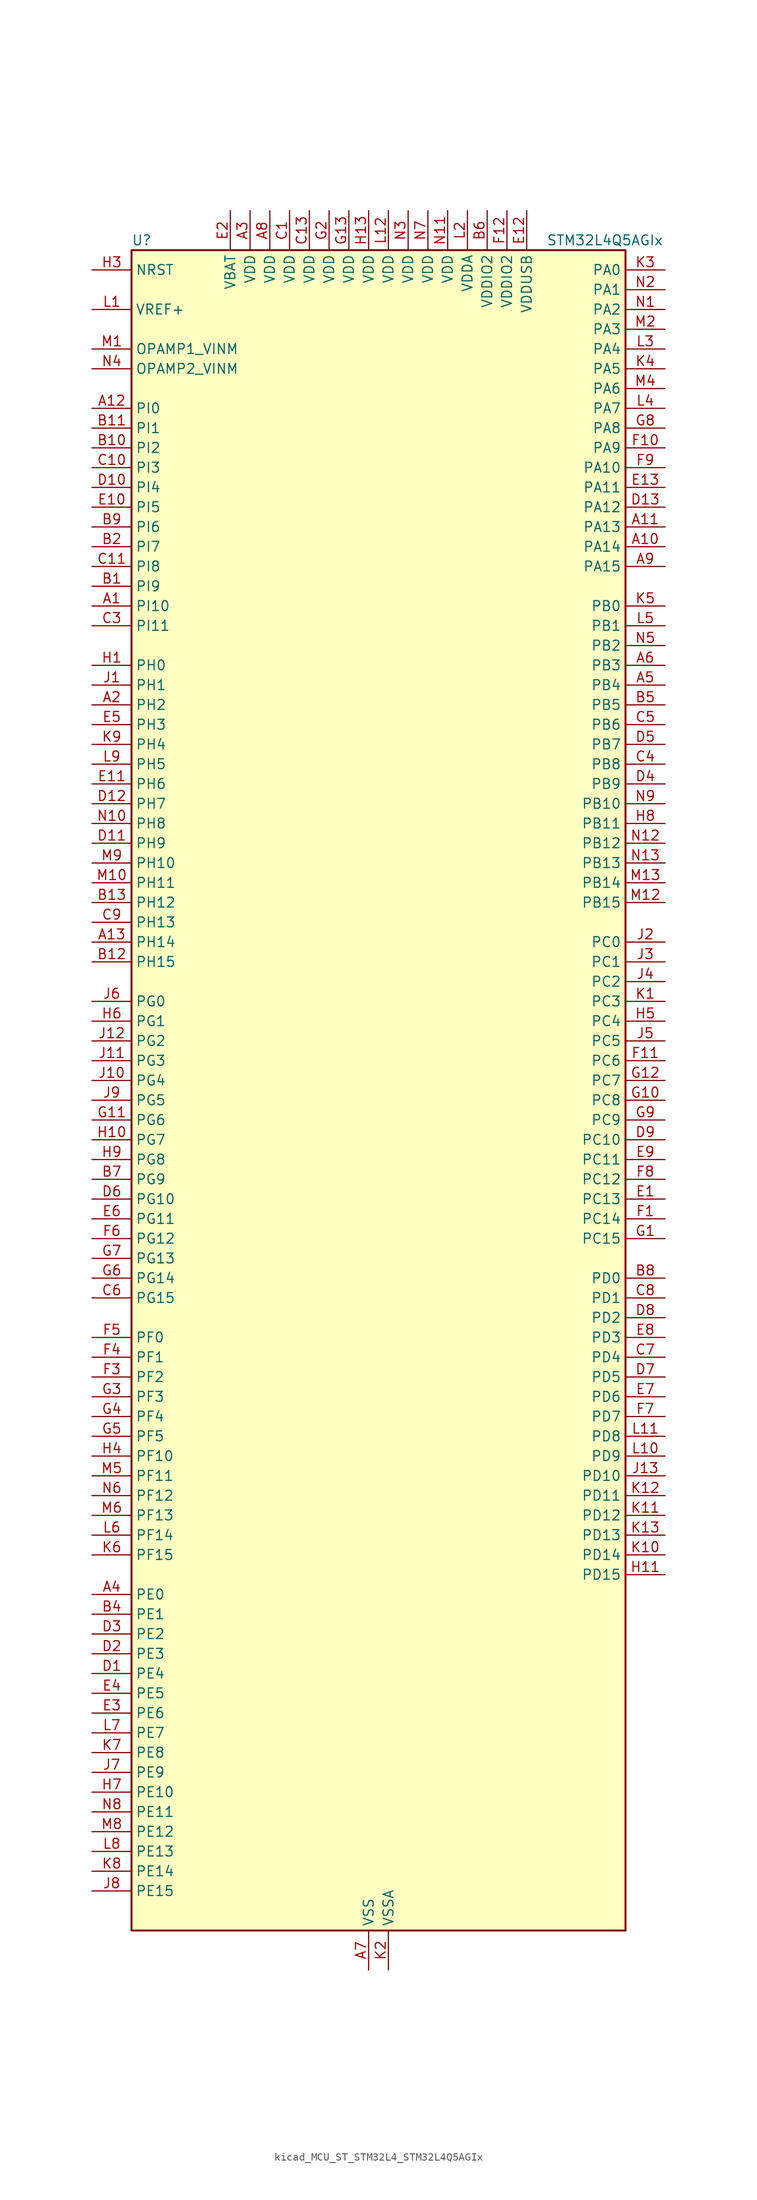
<source format=kicad_sym>
(kicad_symbol_lib
  (version 20220914)
  (generator kicad_symbol_editor)
  (symbol "kicad_MCU_ST_STM32L4_STM32L4Q5AGIx"
    (property "Reference" "U"
      (at -30.48 110.49 0)
      (effects (font (size 1.27 1.27)) (justify left)))
    (property "Value" "STM32L4Q5AGIx"
      (at 22.86 110.49 0)
      (effects (font (size 1.27 1.27)) (justify left)))
    (property "ki_locked" ""
      (at 0 0 0)
      (effects (font (size 1.27 1.27))))
    (symbol "kicad_MCU_ST_STM32L4_STM32L4Q5AGIx_0_1"
      (rectangle (start -30.48 -106.68) (end 33.02 109.22) (stroke (width 0.254) (type default)) (fill (type background))))
    (symbol "kicad_MCU_ST_STM32L4_STM32L4Q5AGIx_1_1"
      (pin bidirectional line (at -35.56 63.5 0) (length 5.08) (name "PI10" (effects (font (size 1.27 1.27)))) (number "A1" (effects (font (size 1.27 1.27)))) (alternate "OCTOSPIM_P2_IO1" bidirectional line) (alternate "PSSI_D14" bidirectional line))
      (pin bidirectional line (at 38.1 71.12 180) (length 5.08) (name "PA14" (effects (font (size 1.27 1.27)))) (number "A10" (effects (font (size 1.27 1.27)))) (alternate "I2C1_SMBA" bidirectional line) (alternate "I2C4_SMBA" bidirectional line) (alternate "LPTIM1_OUT" bidirectional line) (alternate "SAI1_FS_B" bidirectional line) (alternate "SYS_JTCK-SWCLK" bidirectional line) (alternate "USB_OTG_FS_SOF" bidirectional line))
      (pin bidirectional line (at 38.1 73.66 180) (length 5.08) (name "PA13" (effects (font (size 1.27 1.27)))) (number "A11" (effects (font (size 1.27 1.27)))) (alternate "IR_OUT" bidirectional line) (alternate "SAI1_SD_B" bidirectional line) (alternate "SYS_JTMS-SWDIO" bidirectional line) (alternate "USB_OTG_FS_NOE" bidirectional line))
      (pin bidirectional line (at -35.56 88.9 0) (length 5.08) (name "PI0" (effects (font (size 1.27 1.27)))) (number "A12" (effects (font (size 1.27 1.27)))) (alternate "DCMI_D13" bidirectional line) (alternate "OCTOSPIM_P1_IO5" bidirectional line) (alternate "PSSI_D13" bidirectional line) (alternate "SPI2_NSS" bidirectional line) (alternate "TIM5_CH4" bidirectional line))
      (pin bidirectional line (at -35.56 20.32 0) (length 5.08) (name "PH14" (effects (font (size 1.27 1.27)))) (number "A13" (effects (font (size 1.27 1.27)))) (alternate "DCMI_D4" bidirectional line) (alternate "PSSI_D4" bidirectional line) (alternate "TIM8_CH2N" bidirectional line))
      (pin bidirectional line (at -35.56 50.8 0) (length 5.08) (name "PH2" (effects (font (size 1.27 1.27)))) (number "A2" (effects (font (size 1.27 1.27)))) (alternate "OCTOSPIM_P1_IO4" bidirectional line))
      (pin power_in line (at -15.24 114.3 270) (length 5.08) (name "VDD" (effects (font (size 1.27 1.27)))) (number "A3" (effects (font (size 1.27 1.27)))))
      (pin bidirectional line (at -35.56 -63.5 0) (length 5.08) (name "PE0" (effects (font (size 1.27 1.27)))) (number "A4" (effects (font (size 1.27 1.27)))) (alternate "DCMI_D2" bidirectional line) (alternate "FMC_NBL0" bidirectional line) (alternate "LTDC_HSYNC" bidirectional line) (alternate "PSSI_D2" bidirectional line) (alternate "TIM16_CH1" bidirectional line) (alternate "TIM4_ETR" bidirectional line))
      (pin bidirectional line (at 38.1 53.34 180) (length 5.08) (name "PB4" (effects (font (size 1.27 1.27)))) (number "A5" (effects (font (size 1.27 1.27)))) (alternate "COMP2_INP" bidirectional line) (alternate "DCMI_D12" bidirectional line) (alternate "I2C3_SDA" bidirectional line) (alternate "OCTOSPIM_P1_IO5" bidirectional line) (alternate "PSSI_D12" bidirectional line) (alternate "SAI1_MCLK_B" bidirectional line) (alternate "SDMMC2_D3" bidirectional line) (alternate "SPI1_MISO" bidirectional line) (alternate "SPI3_MISO" bidirectional line) (alternate "SYS_JTRST" bidirectional line) (alternate "TIM17_BKIN" bidirectional line) (alternate "TIM3_CH1" bidirectional line) (alternate "TSC_G2_IO1" bidirectional line) (alternate "UART5_DE" bidirectional line) (alternate "UART5_RTS" bidirectional line) (alternate "USART1_CTS" bidirectional line) (alternate "USART1_NSS" bidirectional line))
      (pin bidirectional line (at 38.1 55.88 180) (length 5.08) (name "PB3" (effects (font (size 1.27 1.27)))) (number "A6" (effects (font (size 1.27 1.27)))) (alternate "COMP2_INM" bidirectional line) (alternate "CRS_SYNC" bidirectional line) (alternate "OCTOSPIM_P1_IO4" bidirectional line) (alternate "SAI1_SCK_B" bidirectional line) (alternate "SDMMC2_D2" bidirectional line) (alternate "SPI1_SCK" bidirectional line) (alternate "SPI3_SCK" bidirectional line) (alternate "SYS_JTDO-SWO" bidirectional line) (alternate "TIM2_CH2" bidirectional line) (alternate "USART1_DE" bidirectional line) (alternate "USART1_RTS" bidirectional line))
      (pin power_in line (at 0 -111.76 90) (length 5.08) (name "VSS" (effects (font (size 1.27 1.27)))) (number "A7" (effects (font (size 1.27 1.27)))))
      (pin power_in line (at -12.7 114.3 270) (length 5.08) (name "VDD" (effects (font (size 1.27 1.27)))) (number "A8" (effects (font (size 1.27 1.27)))))
      (pin bidirectional line (at 38.1 68.58 180) (length 5.08) (name "PA15" (effects (font (size 1.27 1.27)))) (number "A9" (effects (font (size 1.27 1.27)))) (alternate "ADC1_EXTI15" bidirectional line) (alternate "ADC2_EXTI15" bidirectional line) (alternate "LTDC_HSYNC" bidirectional line) (alternate "SAI2_FS_B" bidirectional line) (alternate "SPI1_NSS" bidirectional line) (alternate "SPI3_NSS" bidirectional line) (alternate "SYS_JTDI" bidirectional line) (alternate "TIM2_CH1" bidirectional line) (alternate "TIM2_ETR" bidirectional line) (alternate "TSC_G3_IO1" bidirectional line) (alternate "UART4_DE" bidirectional line) (alternate "UART4_RTS" bidirectional line) (alternate "USART2_RX" bidirectional line) (alternate "USART3_DE" bidirectional line) (alternate "USART3_RTS" bidirectional line))
      (pin bidirectional line (at -35.56 66.04 0) (length 5.08) (name "PI9" (effects (font (size 1.27 1.27)))) (number "B1" (effects (font (size 1.27 1.27)))) (alternate "CAN1_RX" bidirectional line) (alternate "DAC1_EXTI9" bidirectional line) (alternate "OCTOSPIM_P2_IO2" bidirectional line))
      (pin bidirectional line (at -35.56 83.82 0) (length 5.08) (name "PI2" (effects (font (size 1.27 1.27)))) (number "B10" (effects (font (size 1.27 1.27)))) (alternate "DCMI_D9" bidirectional line) (alternate "PSSI_D9" bidirectional line) (alternate "SPI2_MISO" bidirectional line) (alternate "TIM8_CH4" bidirectional line))
      (pin bidirectional line (at -35.56 86.36 0) (length 5.08) (name "PI1" (effects (font (size 1.27 1.27)))) (number "B11" (effects (font (size 1.27 1.27)))) (alternate "DCMI_D8" bidirectional line) (alternate "PSSI_D8" bidirectional line) (alternate "SPI2_SCK" bidirectional line))
      (pin bidirectional line (at -35.56 17.78 0) (length 5.08) (name "PH15" (effects (font (size 1.27 1.27)))) (number "B12" (effects (font (size 1.27 1.27)))) (alternate "ADC1_EXTI15" bidirectional line) (alternate "ADC2_EXTI15" bidirectional line) (alternate "DCMI_D11" bidirectional line) (alternate "OCTOSPIM_P2_IO6" bidirectional line) (alternate "PSSI_D11" bidirectional line) (alternate "TIM8_CH3N" bidirectional line))
      (pin bidirectional line (at -35.56 25.4 0) (length 5.08) (name "PH12" (effects (font (size 1.27 1.27)))) (number "B13" (effects (font (size 1.27 1.27)))) (alternate "DCMI_D3" bidirectional line) (alternate "OCTOSPIM_P2_IO7" bidirectional line) (alternate "PSSI_D3" bidirectional line) (alternate "TIM5_CH3" bidirectional line))
      (pin bidirectional line (at -35.56 71.12 0) (length 5.08) (name "PI7" (effects (font (size 1.27 1.27)))) (number "B2" (effects (font (size 1.27 1.27)))) (alternate "DCMI_D7" bidirectional line) (alternate "OCTOSPIM_P2_NCLK" bidirectional line) (alternate "PSSI_D7" bidirectional line) (alternate "TIM8_CH3" bidirectional line))
      (pin passive line (at 0 -111.76 90) (length 5.08) hide (name "VSS" (effects (font (size 1.27 1.27)))) (number "B3" (effects (font (size 1.27 1.27)))))
      (pin bidirectional line (at -35.56 -66.04 0) (length 5.08) (name "PE1" (effects (font (size 1.27 1.27)))) (number "B4" (effects (font (size 1.27 1.27)))) (alternate "DCMI_D3" bidirectional line) (alternate "FMC_NBL1" bidirectional line) (alternate "LTDC_VSYNC" bidirectional line) (alternate "PSSI_D3" bidirectional line) (alternate "TIM17_CH1" bidirectional line))
      (pin bidirectional line (at 38.1 50.8 180) (length 5.08) (name "PB5" (effects (font (size 1.27 1.27)))) (number "B5" (effects (font (size 1.27 1.27)))) (alternate "COMP2_OUT" bidirectional line) (alternate "DCMI_D10" bidirectional line) (alternate "I2C1_SMBA" bidirectional line) (alternate "LPTIM1_IN1" bidirectional line) (alternate "OCTOSPIM_P1_IO0" bidirectional line) (alternate "PSSI_D10" bidirectional line) (alternate "SAI1_SD_B" bidirectional line) (alternate "SPI1_MOSI" bidirectional line) (alternate "SPI3_MOSI" bidirectional line) (alternate "TIM16_BKIN" bidirectional line) (alternate "TIM3_CH2" bidirectional line) (alternate "TSC_G2_IO2" bidirectional line) (alternate "UART5_CTS" bidirectional line) (alternate "USART1_CK" bidirectional line))
      (pin power_in line (at 15.24 114.3 270) (length 5.08) (name "VDDIO2" (effects (font (size 1.27 1.27)))) (number "B6" (effects (font (size 1.27 1.27)))))
      (pin bidirectional line (at -35.56 -10.16 0) (length 5.08) (name "PG9" (effects (font (size 1.27 1.27)))) (number "B7" (effects (font (size 1.27 1.27)))) (alternate "DAC1_EXTI9" bidirectional line) (alternate "FMC_NCE" bidirectional line) (alternate "FMC_NE2" bidirectional line) (alternate "OCTOSPIM_P2_IO6" bidirectional line) (alternate "SAI2_SCK_A" bidirectional line) (alternate "SDMMC2_D0" bidirectional line) (alternate "SPI3_SCK" bidirectional line) (alternate "TIM15_CH1N" bidirectional line) (alternate "USART1_TX" bidirectional line))
      (pin bidirectional line (at 38.1 -22.86 180) (length 5.08) (name "PD0" (effects (font (size 1.27 1.27)))) (number "B8" (effects (font (size 1.27 1.27)))) (alternate "CAN1_RX" bidirectional line) (alternate "FMC_D2" bidirectional line) (alternate "FMC_DA2" bidirectional line) (alternate "LTDC_B4" bidirectional line) (alternate "SPI2_NSS" bidirectional line))
      (pin bidirectional line (at -35.56 73.66 0) (length 5.08) (name "PI6" (effects (font (size 1.27 1.27)))) (number "B9" (effects (font (size 1.27 1.27)))) (alternate "DCMI_D6" bidirectional line) (alternate "OCTOSPIM_P2_CLK" bidirectional line) (alternate "PSSI_D6" bidirectional line) (alternate "TIM8_CH2" bidirectional line))
      (pin power_in line (at -10.16 114.3 270) (length 5.08) (name "VDD" (effects (font (size 1.27 1.27)))) (number "C1" (effects (font (size 1.27 1.27)))))
      (pin bidirectional line (at -35.56 81.28 0) (length 5.08) (name "PI3" (effects (font (size 1.27 1.27)))) (number "C10" (effects (font (size 1.27 1.27)))) (alternate "DCMI_D10" bidirectional line) (alternate "PSSI_D10" bidirectional line) (alternate "SPI2_MOSI" bidirectional line) (alternate "TIM8_ETR" bidirectional line))
      (pin bidirectional line (at -35.56 68.58 0) (length 5.08) (name "PI8" (effects (font (size 1.27 1.27)))) (number "C11" (effects (font (size 1.27 1.27)))) (alternate "DCMI_D12" bidirectional line) (alternate "OCTOSPIM_P2_NCS" bidirectional line) (alternate "PSSI_D12" bidirectional line))
      (pin passive line (at 0 -111.76 90) (length 5.08) hide (name "VSS" (effects (font (size 1.27 1.27)))) (number "C12" (effects (font (size 1.27 1.27)))))
      (pin power_in line (at -7.62 114.3 270) (length 5.08) (name "VDD" (effects (font (size 1.27 1.27)))) (number "C13" (effects (font (size 1.27 1.27)))))
      (pin passive line (at 0 -111.76 90) (length 5.08) hide (name "VSS" (effects (font (size 1.27 1.27)))) (number "C2" (effects (font (size 1.27 1.27)))))
      (pin bidirectional line (at -35.56 60.96 0) (length 5.08) (name "PI11" (effects (font (size 1.27 1.27)))) (number "C3" (effects (font (size 1.27 1.27)))) (alternate "ADC1_EXTI11" bidirectional line) (alternate "ADC2_EXTI11" bidirectional line) (alternate "OCTOSPIM_P2_IO0" bidirectional line) (alternate "PSSI_D15" bidirectional line))
      (pin bidirectional line (at 38.1 43.18 180) (length 5.08) (name "PB8" (effects (font (size 1.27 1.27)))) (number "C4" (effects (font (size 1.27 1.27)))) (alternate "CAN1_RX" bidirectional line) (alternate "DCMI_D6" bidirectional line) (alternate "DFSDM1_CKOUT" bidirectional line) (alternate "I2C1_SCL" bidirectional line) (alternate "LTDC_DE" bidirectional line) (alternate "PSSI_D6" bidirectional line) (alternate "SAI1_CK1" bidirectional line) (alternate "SAI1_MCLK_A" bidirectional line) (alternate "SDMMC1_CKIN" bidirectional line) (alternate "SDMMC1_D4" bidirectional line) (alternate "SDMMC2_D4" bidirectional line) (alternate "TIM16_CH1" bidirectional line) (alternate "TIM4_CH3" bidirectional line))
      (pin bidirectional line (at 38.1 48.26 180) (length 5.08) (name "PB6" (effects (font (size 1.27 1.27)))) (number "C5" (effects (font (size 1.27 1.27)))) (alternate "COMP2_INP" bidirectional line) (alternate "DCMI_D5" bidirectional line) (alternate "I2C1_SCL" bidirectional line) (alternate "I2C4_SCL" bidirectional line) (alternate "LPTIM1_ETR" bidirectional line) (alternate "LTDC_R6" bidirectional line) (alternate "PSSI_D5" bidirectional line) (alternate "SAI1_FS_B" bidirectional line) (alternate "TIM16_CH1N" bidirectional line) (alternate "TIM4_CH1" bidirectional line) (alternate "TIM8_BKIN2" bidirectional line) (alternate "TSC_G2_IO3" bidirectional line) (alternate "USART1_TX" bidirectional line))
      (pin bidirectional line (at -35.56 -25.4 0) (length 5.08) (name "PG15" (effects (font (size 1.27 1.27)))) (number "C6" (effects (font (size 1.27 1.27)))) (alternate "ADC1_EXTI15" bidirectional line) (alternate "ADC2_EXTI15" bidirectional line) (alternate "DCMI_D13" bidirectional line) (alternate "I2C1_SMBA" bidirectional line) (alternate "LPTIM1_OUT" bidirectional line) (alternate "OCTOSPIM_P2_DQS" bidirectional line) (alternate "PSSI_D13" bidirectional line))
      (pin bidirectional line (at 38.1 -33.02 180) (length 5.08) (name "PD4" (effects (font (size 1.27 1.27)))) (number "C7" (effects (font (size 1.27 1.27)))) (alternate "DFSDM1_CKIN0" bidirectional line) (alternate "FMC_NOE" bidirectional line) (alternate "OCTOSPIM_P1_IO4" bidirectional line) (alternate "SDMMC2_CKIN" bidirectional line) (alternate "SPI2_MOSI" bidirectional line) (alternate "USART2_DE" bidirectional line) (alternate "USART2_RTS" bidirectional line))
      (pin bidirectional line (at 38.1 -25.4 180) (length 5.08) (name "PD1" (effects (font (size 1.27 1.27)))) (number "C8" (effects (font (size 1.27 1.27)))) (alternate "CAN1_TX" bidirectional line) (alternate "FMC_D3" bidirectional line) (alternate "FMC_DA3" bidirectional line) (alternate "LTDC_B5" bidirectional line) (alternate "SPI2_SCK" bidirectional line))
      (pin bidirectional line (at -35.56 22.86 0) (length 5.08) (name "PH13" (effects (font (size 1.27 1.27)))) (number "C9" (effects (font (size 1.27 1.27)))) (alternate "CAN1_TX" bidirectional line) (alternate "TIM8_CH1N" bidirectional line))
      (pin bidirectional line (at -35.56 -73.66 0) (length 5.08) (name "PE4" (effects (font (size 1.27 1.27)))) (number "D1" (effects (font (size 1.27 1.27)))) (alternate "DCMI_D4" bidirectional line) (alternate "DFSDM1_DATIN3" bidirectional line) (alternate "FMC_A20" bidirectional line) (alternate "LTDC_B7" bidirectional line) (alternate "PSSI_D4" bidirectional line) (alternate "SAI1_D2" bidirectional line) (alternate "SAI1_FS_A" bidirectional line) (alternate "SYS_TRACED1" bidirectional line) (alternate "TIM3_CH2" bidirectional line) (alternate "TSC_G7_IO3" bidirectional line))
      (pin bidirectional line (at -35.56 78.74 0) (length 5.08) (name "PI4" (effects (font (size 1.27 1.27)))) (number "D10" (effects (font (size 1.27 1.27)))) (alternate "DCMI_D5" bidirectional line) (alternate "PSSI_D5" bidirectional line) (alternate "TIM8_BKIN" bidirectional line))
      (pin bidirectional line (at -35.56 33.02 0) (length 5.08) (name "PH9" (effects (font (size 1.27 1.27)))) (number "D11" (effects (font (size 1.27 1.27)))) (alternate "DAC1_EXTI9" bidirectional line) (alternate "DCMI_D0" bidirectional line) (alternate "I2C3_SMBA" bidirectional line) (alternate "OCTOSPIM_P2_IO4" bidirectional line) (alternate "PSSI_D0" bidirectional line))
      (pin bidirectional line (at -35.56 38.1 0) (length 5.08) (name "PH7" (effects (font (size 1.27 1.27)))) (number "D12" (effects (font (size 1.27 1.27)))) (alternate "DCMI_D9" bidirectional line) (alternate "I2C3_SCL" bidirectional line) (alternate "OCTOSPIM_P2_NCLK" bidirectional line) (alternate "PSSI_D9" bidirectional line))
      (pin bidirectional line (at 38.1 76.2 180) (length 5.08) (name "PA12" (effects (font (size 1.27 1.27)))) (number "D13" (effects (font (size 1.27 1.27)))) (alternate "CAN1_TX" bidirectional line) (alternate "LTDC_VSYNC" bidirectional line) (alternate "OCTOSPIM_P2_NCS" bidirectional line) (alternate "SPI1_MOSI" bidirectional line) (alternate "TIM1_ETR" bidirectional line) (alternate "USART1_DE" bidirectional line) (alternate "USART1_RTS" bidirectional line) (alternate "USB_OTG_FS_DP" bidirectional line))
      (pin bidirectional line (at -35.56 -71.12 0) (length 5.08) (name "PE3" (effects (font (size 1.27 1.27)))) (number "D2" (effects (font (size 1.27 1.27)))) (alternate "FMC_A19" bidirectional line) (alternate "LTDC_R6" bidirectional line) (alternate "OCTOSPIM_P1_DQS" bidirectional line) (alternate "SAI1_SD_B" bidirectional line) (alternate "SYS_TRACED0" bidirectional line) (alternate "TIM3_CH1" bidirectional line) (alternate "TSC_G7_IO2" bidirectional line))
      (pin bidirectional line (at -35.56 -68.58 0) (length 5.08) (name "PE2" (effects (font (size 1.27 1.27)))) (number "D3" (effects (font (size 1.27 1.27)))) (alternate "FMC_A23" bidirectional line) (alternate "LTDC_R7" bidirectional line) (alternate "SAI1_CK1" bidirectional line) (alternate "SAI1_MCLK_A" bidirectional line) (alternate "SYS_TRACECLK" bidirectional line) (alternate "TIM3_ETR" bidirectional line) (alternate "TSC_G7_IO1" bidirectional line))
      (pin bidirectional line (at 38.1 40.64 180) (length 5.08) (name "PB9" (effects (font (size 1.27 1.27)))) (number "D4" (effects (font (size 1.27 1.27)))) (alternate "CAN1_TX" bidirectional line) (alternate "DAC1_EXTI9" bidirectional line) (alternate "DCMI_D7" bidirectional line) (alternate "I2C1_SDA" bidirectional line) (alternate "IR_OUT" bidirectional line) (alternate "PSSI_D7" bidirectional line) (alternate "SAI1_D2" bidirectional line) (alternate "SAI1_FS_A" bidirectional line) (alternate "SDMMC1_CDIR" bidirectional line) (alternate "SDMMC1_D5" bidirectional line) (alternate "SDMMC2_D5" bidirectional line) (alternate "SPI2_NSS" bidirectional line) (alternate "TIM17_CH1" bidirectional line) (alternate "TIM4_CH4" bidirectional line))
      (pin bidirectional line (at 38.1 45.72 180) (length 5.08) (name "PB7" (effects (font (size 1.27 1.27)))) (number "D5" (effects (font (size 1.27 1.27)))) (alternate "COMP2_INM" bidirectional line) (alternate "DCMI_VSYNC" bidirectional line) (alternate "FMC_NL" bidirectional line) (alternate "I2C1_SDA" bidirectional line) (alternate "I2C4_SDA" bidirectional line) (alternate "LPTIM1_IN2" bidirectional line) (alternate "LTDC_VSYNC" bidirectional line) (alternate "PSSI_RDY" bidirectional line) (alternate "SYS_PVD_IN" bidirectional line) (alternate "TIM17_CH1N" bidirectional line) (alternate "TIM4_CH2" bidirectional line) (alternate "TIM8_BKIN" bidirectional line) (alternate "TSC_G2_IO4" bidirectional line) (alternate "UART4_CTS" bidirectional line) (alternate "USART1_RX" bidirectional line))
      (pin bidirectional line (at -35.56 -12.7 0) (length 5.08) (name "PG10" (effects (font (size 1.27 1.27)))) (number "D6" (effects (font (size 1.27 1.27)))) (alternate "FMC_NE3" bidirectional line) (alternate "LPTIM1_IN1" bidirectional line) (alternate "OCTOSPIM_P2_IO7" bidirectional line) (alternate "SAI2_FS_A" bidirectional line) (alternate "SDMMC2_D1" bidirectional line) (alternate "SPI3_MISO" bidirectional line) (alternate "TIM15_CH1" bidirectional line) (alternate "USART1_RX" bidirectional line))
      (pin bidirectional line (at 38.1 -35.56 180) (length 5.08) (name "PD5" (effects (font (size 1.27 1.27)))) (number "D7" (effects (font (size 1.27 1.27)))) (alternate "FMC_NWE" bidirectional line) (alternate "OCTOSPIM_P1_IO5" bidirectional line) (alternate "USART2_TX" bidirectional line))
      (pin bidirectional line (at 38.1 -27.94 180) (length 5.08) (name "PD2" (effects (font (size 1.27 1.27)))) (number "D8" (effects (font (size 1.27 1.27)))) (alternate "DCMI_D11" bidirectional line) (alternate "PSSI_D11" bidirectional line) (alternate "SDMMC1_CMD" bidirectional line) (alternate "SYS_TRACED2" bidirectional line) (alternate "TIM3_ETR" bidirectional line) (alternate "TSC_SYNC" bidirectional line) (alternate "UART5_RX" bidirectional line) (alternate "USART3_DE" bidirectional line) (alternate "USART3_RTS" bidirectional line))
      (pin bidirectional line (at 38.1 -5.08 180) (length 5.08) (name "PC10" (effects (font (size 1.27 1.27)))) (number "D9" (effects (font (size 1.27 1.27)))) (alternate "DCMI_D8" bidirectional line) (alternate "DCMI_VSYNC" bidirectional line) (alternate "PSSI_D8" bidirectional line) (alternate "PSSI_RDY" bidirectional line) (alternate "SAI2_SCK_B" bidirectional line) (alternate "SDMMC1_D2" bidirectional line) (alternate "SPI3_SCK" bidirectional line) (alternate "SYS_TRACED1" bidirectional line) (alternate "TSC_G3_IO2" bidirectional line) (alternate "UART4_TX" bidirectional line) (alternate "USART3_TX" bidirectional line))
      (pin bidirectional line (at 38.1 -12.7 180) (length 5.08) (name "PC13" (effects (font (size 1.27 1.27)))) (number "E1" (effects (font (size 1.27 1.27)))) (alternate "RTC_OUT1" bidirectional line) (alternate "RTC_TAMP1" bidirectional line) (alternate "RTC_TS" bidirectional line) (alternate "SYS_WKUP2" bidirectional line))
      (pin bidirectional line (at -35.56 76.2 0) (length 5.08) (name "PI5" (effects (font (size 1.27 1.27)))) (number "E10" (effects (font (size 1.27 1.27)))) (alternate "DCMI_VSYNC" bidirectional line) (alternate "OCTOSPIM_P2_NCS" bidirectional line) (alternate "PSSI_RDY" bidirectional line) (alternate "TIM8_CH1" bidirectional line))
      (pin bidirectional line (at -35.56 40.64 0) (length 5.08) (name "PH6" (effects (font (size 1.27 1.27)))) (number "E11" (effects (font (size 1.27 1.27)))) (alternate "DCMI_D8" bidirectional line) (alternate "I2C2_SMBA" bidirectional line) (alternate "OCTOSPIM_P2_CLK" bidirectional line) (alternate "PSSI_D8" bidirectional line))
      (pin power_in line (at 20.32 114.3 270) (length 5.08) (name "VDDUSB" (effects (font (size 1.27 1.27)))) (number "E12" (effects (font (size 1.27 1.27)))))
      (pin bidirectional line (at 38.1 78.74 180) (length 5.08) (name "PA11" (effects (font (size 1.27 1.27)))) (number "E13" (effects (font (size 1.27 1.27)))) (alternate "ADC1_EXTI11" bidirectional line) (alternate "ADC2_EXTI11" bidirectional line) (alternate "CAN1_RX" bidirectional line) (alternate "LTDC_DE" bidirectional line) (alternate "SPI1_MISO" bidirectional line) (alternate "TIM1_BKIN2" bidirectional line) (alternate "TIM1_CH4" bidirectional line) (alternate "USART1_CTS" bidirectional line) (alternate "USART1_NSS" bidirectional line) (alternate "USB_OTG_FS_DM" bidirectional line))
      (pin power_in line (at -17.78 114.3 270) (length 5.08) (name "VBAT" (effects (font (size 1.27 1.27)))) (number "E2" (effects (font (size 1.27 1.27)))))
      (pin bidirectional line (at -35.56 -78.74 0) (length 5.08) (name "PE6" (effects (font (size 1.27 1.27)))) (number "E3" (effects (font (size 1.27 1.27)))) (alternate "DCMI_D7" bidirectional line) (alternate "FMC_A22" bidirectional line) (alternate "LTDC_G6" bidirectional line) (alternate "PSSI_D7" bidirectional line) (alternate "RTC_TAMP3" bidirectional line) (alternate "SAI1_D1" bidirectional line) (alternate "SAI1_SD_A" bidirectional line) (alternate "SYS_TRACED3" bidirectional line) (alternate "SYS_WKUP3" bidirectional line) (alternate "TIM3_CH4" bidirectional line))
      (pin bidirectional line (at -35.56 -76.2 0) (length 5.08) (name "PE5" (effects (font (size 1.27 1.27)))) (number "E4" (effects (font (size 1.27 1.27)))) (alternate "DCMI_D6" bidirectional line) (alternate "DFSDM1_CKIN3" bidirectional line) (alternate "FMC_A21" bidirectional line) (alternate "LTDC_G7" bidirectional line) (alternate "PSSI_D6" bidirectional line) (alternate "SAI1_CK2" bidirectional line) (alternate "SAI1_SCK_A" bidirectional line) (alternate "SYS_TRACED2" bidirectional line) (alternate "TIM3_CH3" bidirectional line) (alternate "TSC_G7_IO4" bidirectional line))
      (pin bidirectional line (at -35.56 48.26 0) (length 5.08) (name "PH3" (effects (font (size 1.27 1.27)))) (number "E5" (effects (font (size 1.27 1.27)))))
      (pin bidirectional line (at -35.56 -15.24 0) (length 5.08) (name "PG11" (effects (font (size 1.27 1.27)))) (number "E6" (effects (font (size 1.27 1.27)))) (alternate "ADC1_EXTI11" bidirectional line) (alternate "ADC2_EXTI11" bidirectional line) (alternate "LPTIM1_IN2" bidirectional line) (alternate "OCTOSPIM_P1_IO5" bidirectional line) (alternate "SAI2_MCLK_A" bidirectional line) (alternate "SDMMC2_D2" bidirectional line) (alternate "SPI3_MOSI" bidirectional line) (alternate "TIM15_CH2" bidirectional line) (alternate "USART1_CTS" bidirectional line) (alternate "USART1_NSS" bidirectional line))
      (pin bidirectional line (at 38.1 -38.1 180) (length 5.08) (name "PD6" (effects (font (size 1.27 1.27)))) (number "E7" (effects (font (size 1.27 1.27)))) (alternate "DCMI_D10" bidirectional line) (alternate "DFSDM1_DATIN1" bidirectional line) (alternate "FMC_NWAIT" bidirectional line) (alternate "LTDC_DE" bidirectional line) (alternate "OCTOSPIM_P1_IO6" bidirectional line) (alternate "PSSI_D10" bidirectional line) (alternate "SAI1_D1" bidirectional line) (alternate "SAI1_SD_A" bidirectional line) (alternate "SDMMC2_CK" bidirectional line) (alternate "SPI3_MOSI" bidirectional line) (alternate "USART2_RX" bidirectional line))
      (pin bidirectional line (at 38.1 -30.48 180) (length 5.08) (name "PD3" (effects (font (size 1.27 1.27)))) (number "E8" (effects (font (size 1.27 1.27)))) (alternate "DCMI_D5" bidirectional line) (alternate "DFSDM1_DATIN0" bidirectional line) (alternate "FMC_CLK" bidirectional line) (alternate "LTDC_CLK" bidirectional line) (alternate "OCTOSPIM_P2_NCS" bidirectional line) (alternate "PSSI_D5" bidirectional line) (alternate "SPI2_MISO" bidirectional line) (alternate "SPI2_SCK" bidirectional line) (alternate "USART2_CTS" bidirectional line) (alternate "USART2_NSS" bidirectional line))
      (pin bidirectional line (at 38.1 -7.62 180) (length 5.08) (name "PC11" (effects (font (size 1.27 1.27)))) (number "E9" (effects (font (size 1.27 1.27)))) (alternate "ADC1_EXTI11" bidirectional line) (alternate "ADC2_EXTI11" bidirectional line) (alternate "DCMI_D2" bidirectional line) (alternate "DCMI_D4" bidirectional line) (alternate "OCTOSPIM_P1_NCS" bidirectional line) (alternate "PSSI_D2" bidirectional line) (alternate "PSSI_D4" bidirectional line) (alternate "SAI2_MCLK_B" bidirectional line) (alternate "SDMMC1_D3" bidirectional line) (alternate "SPI3_MISO" bidirectional line) (alternate "TSC_G3_IO3" bidirectional line) (alternate "UART4_RX" bidirectional line) (alternate "USART3_RX" bidirectional line))
      (pin bidirectional line (at 38.1 -15.24 180) (length 5.08) (name "PC14" (effects (font (size 1.27 1.27)))) (number "F1" (effects (font (size 1.27 1.27)))) (alternate "RCC_OSC32_IN" bidirectional line))
      (pin bidirectional line (at 38.1 83.82 180) (length 5.08) (name "PA9" (effects (font (size 1.27 1.27)))) (number "F10" (effects (font (size 1.27 1.27)))) (alternate "DAC1_EXTI9" bidirectional line) (alternate "DCMI_D0" bidirectional line) (alternate "LTDC_G7" bidirectional line) (alternate "PSSI_D0" bidirectional line) (alternate "SAI1_FS_A" bidirectional line) (alternate "SPI2_SCK" bidirectional line) (alternate "TIM15_BKIN" bidirectional line) (alternate "TIM1_CH2" bidirectional line) (alternate "USART1_TX" bidirectional line) (alternate "USB_OTG_FS_VBUS" bidirectional line))
      (pin bidirectional line (at 38.1 5.08 180) (length 5.08) (name "PC6" (effects (font (size 1.27 1.27)))) (number "F11" (effects (font (size 1.27 1.27)))) (alternate "DCMI_D0" bidirectional line) (alternate "DFSDM1_CKIN3" bidirectional line) (alternate "LTDC_G7" bidirectional line) (alternate "PSSI_D0" bidirectional line) (alternate "SAI2_MCLK_A" bidirectional line) (alternate "SDMMC1_D0DIR" bidirectional line) (alternate "SDMMC1_D6" bidirectional line) (alternate "SDMMC2_D6" bidirectional line) (alternate "TIM3_CH1" bidirectional line) (alternate "TIM8_CH1" bidirectional line) (alternate "TSC_G4_IO1" bidirectional line))
      (pin power_in line (at 17.78 114.3 270) (length 5.08) (name "VDDIO2" (effects (font (size 1.27 1.27)))) (number "F12" (effects (font (size 1.27 1.27)))))
      (pin passive line (at 0 -111.76 90) (length 5.08) hide (name "VSS" (effects (font (size 1.27 1.27)))) (number "F13" (effects (font (size 1.27 1.27)))))
      (pin passive line (at 0 -111.76 90) (length 5.08) hide (name "VSS" (effects (font (size 1.27 1.27)))) (number "F2" (effects (font (size 1.27 1.27)))))
      (pin bidirectional line (at -35.56 -35.56 0) (length 5.08) (name "PF2" (effects (font (size 1.27 1.27)))) (number "F3" (effects (font (size 1.27 1.27)))) (alternate "FMC_A2" bidirectional line) (alternate "I2C2_SMBA" bidirectional line) (alternate "OCTOSPIM_P2_IO2" bidirectional line))
      (pin bidirectional line (at -35.56 -33.02 0) (length 5.08) (name "PF1" (effects (font (size 1.27 1.27)))) (number "F4" (effects (font (size 1.27 1.27)))) (alternate "FMC_A1" bidirectional line) (alternate "I2C2_SCL" bidirectional line) (alternate "OCTOSPIM_P2_IO1" bidirectional line))
      (pin bidirectional line (at -35.56 -30.48 0) (length 5.08) (name "PF0" (effects (font (size 1.27 1.27)))) (number "F5" (effects (font (size 1.27 1.27)))) (alternate "FMC_A0" bidirectional line) (alternate "I2C2_SDA" bidirectional line) (alternate "OCTOSPIM_P2_IO0" bidirectional line))
      (pin bidirectional line (at -35.56 -17.78 0) (length 5.08) (name "PG12" (effects (font (size 1.27 1.27)))) (number "F6" (effects (font (size 1.27 1.27)))) (alternate "FMC_NE4" bidirectional line) (alternate "LPTIM1_ETR" bidirectional line) (alternate "OCTOSPIM_P2_NCS" bidirectional line) (alternate "SAI2_SD_A" bidirectional line) (alternate "SDMMC2_D3" bidirectional line) (alternate "SPI3_NSS" bidirectional line) (alternate "USART1_DE" bidirectional line) (alternate "USART1_RTS" bidirectional line))
      (pin bidirectional line (at 38.1 -40.64 180) (length 5.08) (name "PD7" (effects (font (size 1.27 1.27)))) (number "F7" (effects (font (size 1.27 1.27)))) (alternate "DFSDM1_CKIN1" bidirectional line) (alternate "FMC_NCE" bidirectional line) (alternate "FMC_NE1" bidirectional line) (alternate "OCTOSPIM_P1_IO7" bidirectional line) (alternate "SDMMC2_CMD" bidirectional line) (alternate "USART2_CK" bidirectional line))
      (pin bidirectional line (at 38.1 -10.16 180) (length 5.08) (name "PC12" (effects (font (size 1.27 1.27)))) (number "F8" (effects (font (size 1.27 1.27)))) (alternate "DCMI_D9" bidirectional line) (alternate "LTDC_R6" bidirectional line) (alternate "PSSI_D9" bidirectional line) (alternate "SAI2_SD_B" bidirectional line) (alternate "SDMMC1_CK" bidirectional line) (alternate "SPI3_MOSI" bidirectional line) (alternate "SYS_TRACED3" bidirectional line) (alternate "TSC_G3_IO4" bidirectional line) (alternate "UART5_TX" bidirectional line) (alternate "USART3_CK" bidirectional line))
      (pin bidirectional line (at 38.1 81.28 180) (length 5.08) (name "PA10" (effects (font (size 1.27 1.27)))) (number "F9" (effects (font (size 1.27 1.27)))) (alternate "DCMI_D1" bidirectional line) (alternate "LTDC_G6" bidirectional line) (alternate "PSSI_D1" bidirectional line) (alternate "SAI1_D1" bidirectional line) (alternate "SAI1_SD_A" bidirectional line) (alternate "TIM17_BKIN" bidirectional line) (alternate "TIM1_CH3" bidirectional line) (alternate "USART1_RX" bidirectional line) (alternate "USB_OTG_FS_ID" bidirectional line))
      (pin bidirectional line (at 38.1 -17.78 180) (length 5.08) (name "PC15" (effects (font (size 1.27 1.27)))) (number "G1" (effects (font (size 1.27 1.27)))) (alternate "ADC1_EXTI15" bidirectional line) (alternate "ADC2_EXTI15" bidirectional line) (alternate "RCC_OSC32_OUT" bidirectional line))
      (pin bidirectional line (at 38.1 0 180) (length 5.08) (name "PC8" (effects (font (size 1.27 1.27)))) (number "G10" (effects (font (size 1.27 1.27)))) (alternate "DCMI_D2" bidirectional line) (alternate "PSSI_D2" bidirectional line) (alternate "SDMMC1_D0" bidirectional line) (alternate "TIM3_CH3" bidirectional line) (alternate "TIM8_CH3" bidirectional line) (alternate "TSC_G4_IO3" bidirectional line))
      (pin bidirectional line (at -35.56 -2.54 0) (length 5.08) (name "PG6" (effects (font (size 1.27 1.27)))) (number "G11" (effects (font (size 1.27 1.27)))) (alternate "I2C3_SMBA" bidirectional line) (alternate "LPUART1_DE" bidirectional line) (alternate "LPUART1_RTS" bidirectional line) (alternate "LTDC_R1" bidirectional line) (alternate "OCTOSPIM_P1_DQS" bidirectional line))
      (pin bidirectional line (at 38.1 2.54 180) (length 5.08) (name "PC7" (effects (font (size 1.27 1.27)))) (number "G12" (effects (font (size 1.27 1.27)))) (alternate "DCMI_D1" bidirectional line) (alternate "DFSDM1_DATIN3" bidirectional line) (alternate "LTDC_B6" bidirectional line) (alternate "PSSI_D1" bidirectional line) (alternate "SAI2_MCLK_B" bidirectional line) (alternate "SDMMC1_D123DIR" bidirectional line) (alternate "SDMMC1_D7" bidirectional line) (alternate "SDMMC2_D7" bidirectional line) (alternate "TIM3_CH2" bidirectional line) (alternate "TIM8_CH2" bidirectional line) (alternate "TSC_G4_IO2" bidirectional line))
      (pin power_in line (at -2.54 114.3 270) (length 5.08) (name "VDD" (effects (font (size 1.27 1.27)))) (number "G13" (effects (font (size 1.27 1.27)))))
      (pin power_in line (at -5.08 114.3 270) (length 5.08) (name "VDD" (effects (font (size 1.27 1.27)))) (number "G2" (effects (font (size 1.27 1.27)))))
      (pin bidirectional line (at -35.56 -38.1 0) (length 5.08) (name "PF3" (effects (font (size 1.27 1.27)))) (number "G3" (effects (font (size 1.27 1.27)))) (alternate "FMC_A3" bidirectional line) (alternate "OCTOSPIM_P2_IO3" bidirectional line))
      (pin bidirectional line (at -35.56 -40.64 0) (length 5.08) (name "PF4" (effects (font (size 1.27 1.27)))) (number "G4" (effects (font (size 1.27 1.27)))) (alternate "FMC_A4" bidirectional line) (alternate "OCTOSPIM_P2_CLK" bidirectional line))
      (pin bidirectional line (at -35.56 -43.18 0) (length 5.08) (name "PF5" (effects (font (size 1.27 1.27)))) (number "G5" (effects (font (size 1.27 1.27)))) (alternate "FMC_A5" bidirectional line) (alternate "OCTOSPIM_P2_NCLK" bidirectional line))
      (pin bidirectional line (at -35.56 -22.86 0) (length 5.08) (name "PG14" (effects (font (size 1.27 1.27)))) (number "G6" (effects (font (size 1.27 1.27)))) (alternate "FMC_A25" bidirectional line) (alternate "I2C1_SCL" bidirectional line) (alternate "LTDC_R1" bidirectional line))
      (pin bidirectional line (at -35.56 -20.32 0) (length 5.08) (name "PG13" (effects (font (size 1.27 1.27)))) (number "G7" (effects (font (size 1.27 1.27)))) (alternate "FMC_A24" bidirectional line) (alternate "I2C1_SDA" bidirectional line) (alternate "LTDC_R0" bidirectional line) (alternate "USART1_CK" bidirectional line))
      (pin bidirectional line (at 38.1 86.36 180) (length 5.08) (name "PA8" (effects (font (size 1.27 1.27)))) (number "G8" (effects (font (size 1.27 1.27)))) (alternate "LPTIM2_OUT" bidirectional line) (alternate "LTDC_B7" bidirectional line) (alternate "RCC_MCO" bidirectional line) (alternate "SAI1_CK2" bidirectional line) (alternate "SAI1_SCK_A" bidirectional line) (alternate "TIM1_CH1" bidirectional line) (alternate "USART1_CK" bidirectional line) (alternate "USB_OTG_FS_SOF" bidirectional line))
      (pin bidirectional line (at 38.1 -2.54 180) (length 5.08) (name "PC9" (effects (font (size 1.27 1.27)))) (number "G9" (effects (font (size 1.27 1.27)))) (alternate "DAC1_EXTI9" bidirectional line) (alternate "DCMI_D3" bidirectional line) (alternate "I2C3_SDA" bidirectional line) (alternate "PSSI_D3" bidirectional line) (alternate "SAI2_EXTCLK" bidirectional line) (alternate "SDMMC1_D1" bidirectional line) (alternate "SYS_TRACED0" bidirectional line) (alternate "TIM3_CH4" bidirectional line) (alternate "TIM8_BKIN2" bidirectional line) (alternate "TIM8_CH4" bidirectional line) (alternate "TSC_G4_IO4" bidirectional line) (alternate "USB_OTG_FS_NOE" bidirectional line))
      (pin bidirectional line (at -35.56 55.88 0) (length 5.08) (name "PH0" (effects (font (size 1.27 1.27)))) (number "H1" (effects (font (size 1.27 1.27)))) (alternate "RCC_OSC_IN" bidirectional line))
      (pin bidirectional line (at -35.56 -5.08 0) (length 5.08) (name "PG7" (effects (font (size 1.27 1.27)))) (number "H10" (effects (font (size 1.27 1.27)))) (alternate "DFSDM1_CKOUT" bidirectional line) (alternate "FMC_INT" bidirectional line) (alternate "I2C3_SCL" bidirectional line) (alternate "LPUART1_TX" bidirectional line) (alternate "OCTOSPIM_P2_DQS" bidirectional line) (alternate "SAI1_CK1" bidirectional line) (alternate "SAI1_MCLK_A" bidirectional line))
      (pin bidirectional line (at 38.1 -60.96 180) (length 5.08) (name "PD15" (effects (font (size 1.27 1.27)))) (number "H11" (effects (font (size 1.27 1.27)))) (alternate "ADC1_EXTI15" bidirectional line) (alternate "ADC2_EXTI15" bidirectional line) (alternate "FMC_D1" bidirectional line) (alternate "FMC_DA1" bidirectional line) (alternate "LTDC_B3" bidirectional line) (alternate "TIM4_CH4" bidirectional line))
      (pin passive line (at 0 -111.76 90) (length 5.08) hide (name "VSS" (effects (font (size 1.27 1.27)))) (number "H12" (effects (font (size 1.27 1.27)))))
      (pin power_in line (at 0 114.3 270) (length 5.08) (name "VDD" (effects (font (size 1.27 1.27)))) (number "H13" (effects (font (size 1.27 1.27)))))
      (pin passive line (at 0 -111.76 90) (length 5.08) hide (name "VSS" (effects (font (size 1.27 1.27)))) (number "H2" (effects (font (size 1.27 1.27)))))
      (pin input line (at -35.56 106.68 0) (length 5.08) (name "NRST" (effects (font (size 1.27 1.27)))) (number "H3" (effects (font (size 1.27 1.27)))))
      (pin bidirectional line (at -35.56 -45.72 0) (length 5.08) (name "PF10" (effects (font (size 1.27 1.27)))) (number "H4" (effects (font (size 1.27 1.27)))) (alternate "DCMI_D11" bidirectional line) (alternate "DFSDM1_CKOUT" bidirectional line) (alternate "OCTOSPIM_P1_CLK" bidirectional line) (alternate "PSSI_D11" bidirectional line) (alternate "PSSI_D15" bidirectional line) (alternate "SAI1_D3" bidirectional line) (alternate "TIM15_CH2" bidirectional line))
      (pin bidirectional line (at 38.1 10.16 180) (length 5.08) (name "PC4" (effects (font (size 1.27 1.27)))) (number "H5" (effects (font (size 1.27 1.27)))) (alternate "ADC1_IN13" bidirectional line) (alternate "ADC2_IN13" bidirectional line) (alternate "COMP1_INM" bidirectional line) (alternate "OCTOSPIM_P1_IO7" bidirectional line) (alternate "OCTOSPIM_P2_NCS" bidirectional line) (alternate "USART3_TX" bidirectional line))
      (pin bidirectional line (at -35.56 10.16 0) (length 5.08) (name "PG1" (effects (font (size 1.27 1.27)))) (number "H6" (effects (font (size 1.27 1.27)))) (alternate "FMC_A11" bidirectional line) (alternate "OCTOSPIM_P2_IO5" bidirectional line) (alternate "TSC_G8_IO4" bidirectional line))
      (pin bidirectional line (at -35.56 -88.9 0) (length 5.08) (name "PE10" (effects (font (size 1.27 1.27)))) (number "H7" (effects (font (size 1.27 1.27)))) (alternate "FMC_D7" bidirectional line) (alternate "FMC_DA7" bidirectional line) (alternate "LTDC_G3" bidirectional line) (alternate "OCTOSPIM_P1_CLK" bidirectional line) (alternate "SAI1_MCLK_B" bidirectional line) (alternate "TIM1_CH2N" bidirectional line) (alternate "TSC_G5_IO1" bidirectional line))
      (pin bidirectional line (at 38.1 35.56 180) (length 5.08) (name "PB11" (effects (font (size 1.27 1.27)))) (number "H8" (effects (font (size 1.27 1.27)))) (alternate "ADC1_EXTI11" bidirectional line) (alternate "ADC2_EXTI11" bidirectional line) (alternate "COMP2_OUT" bidirectional line) (alternate "I2C2_SDA" bidirectional line) (alternate "I2C4_SDA" bidirectional line) (alternate "LPUART1_TX" bidirectional line) (alternate "LTDC_VSYNC" bidirectional line) (alternate "OCTOSPIM_P1_NCS" bidirectional line) (alternate "TIM2_CH4" bidirectional line) (alternate "USART3_RX" bidirectional line))
      (pin bidirectional line (at -35.56 -7.62 0) (length 5.08) (name "PG8" (effects (font (size 1.27 1.27)))) (number "H9" (effects (font (size 1.27 1.27)))) (alternate "I2C3_SDA" bidirectional line) (alternate "LPUART1_RX" bidirectional line))
      (pin bidirectional line (at -35.56 53.34 0) (length 5.08) (name "PH1" (effects (font (size 1.27 1.27)))) (number "J1" (effects (font (size 1.27 1.27)))) (alternate "RCC_OSC_OUT" bidirectional line))
      (pin bidirectional line (at -35.56 2.54 0) (length 5.08) (name "PG4" (effects (font (size 1.27 1.27)))) (number "J10" (effects (font (size 1.27 1.27)))) (alternate "FMC_A14" bidirectional line) (alternate "SAI2_MCLK_B" bidirectional line) (alternate "SDMMC2_D6" bidirectional line) (alternate "SPI1_MOSI" bidirectional line))
      (pin bidirectional line (at -35.56 5.08 0) (length 5.08) (name "PG3" (effects (font (size 1.27 1.27)))) (number "J11" (effects (font (size 1.27 1.27)))) (alternate "FMC_A13" bidirectional line) (alternate "SAI2_FS_B" bidirectional line) (alternate "SDMMC2_D5" bidirectional line) (alternate "SPI1_MISO" bidirectional line))
      (pin bidirectional line (at -35.56 7.62 0) (length 5.08) (name "PG2" (effects (font (size 1.27 1.27)))) (number "J12" (effects (font (size 1.27 1.27)))) (alternate "FMC_A12" bidirectional line) (alternate "SAI2_SCK_B" bidirectional line) (alternate "SDMMC2_D4" bidirectional line) (alternate "SPI1_SCK" bidirectional line))
      (pin bidirectional line (at 38.1 -48.26 180) (length 5.08) (name "PD10" (effects (font (size 1.27 1.27)))) (number "J13" (effects (font (size 1.27 1.27)))) (alternate "FMC_D15" bidirectional line) (alternate "FMC_DA15" bidirectional line) (alternate "LTDC_R5" bidirectional line) (alternate "SAI2_SCK_A" bidirectional line) (alternate "TSC_G6_IO1" bidirectional line) (alternate "USART3_CK" bidirectional line))
      (pin bidirectional line (at 38.1 20.32 180) (length 5.08) (name "PC0" (effects (font (size 1.27 1.27)))) (number "J2" (effects (font (size 1.27 1.27)))) (alternate "ADC1_IN1" bidirectional line) (alternate "ADC2_IN1" bidirectional line) (alternate "I2C3_SCL" bidirectional line) (alternate "LPTIM1_IN1" bidirectional line) (alternate "LPTIM2_IN1" bidirectional line) (alternate "LPUART1_RX" bidirectional line) (alternate "LTDC_DE" bidirectional line) (alternate "SAI2_FS_A" bidirectional line) (alternate "SDMMC1_CMD" bidirectional line) (alternate "SDMMC2_CKIN" bidirectional line))
      (pin bidirectional line (at 38.1 17.78 180) (length 5.08) (name "PC1" (effects (font (size 1.27 1.27)))) (number "J3" (effects (font (size 1.27 1.27)))) (alternate "ADC1_IN2" bidirectional line) (alternate "ADC2_IN2" bidirectional line) (alternate "I2C3_SDA" bidirectional line) (alternate "LPTIM1_OUT" bidirectional line) (alternate "LPUART1_TX" bidirectional line) (alternate "OCTOSPIM_P1_IO4" bidirectional line) (alternate "SAI1_SD_A" bidirectional line) (alternate "SPI2_MOSI" bidirectional line) (alternate "SYS_TRACED0" bidirectional line))
      (pin bidirectional line (at 38.1 15.24 180) (length 5.08) (name "PC2" (effects (font (size 1.27 1.27)))) (number "J4" (effects (font (size 1.27 1.27)))) (alternate "ADC1_IN3" bidirectional line) (alternate "ADC2_IN3" bidirectional line) (alternate "DFSDM1_CKOUT" bidirectional line) (alternate "LPTIM1_IN2" bidirectional line) (alternate "LTDC_HSYNC" bidirectional line) (alternate "OCTOSPIM_P1_IO5" bidirectional line) (alternate "SPI2_MISO" bidirectional line))
      (pin bidirectional line (at 38.1 7.62 180) (length 5.08) (name "PC5" (effects (font (size 1.27 1.27)))) (number "J5" (effects (font (size 1.27 1.27)))) (alternate "ADC1_IN14" bidirectional line) (alternate "ADC2_IN14" bidirectional line) (alternate "COMP1_INP" bidirectional line) (alternate "LTDC_CLK" bidirectional line) (alternate "PSSI_D15" bidirectional line) (alternate "SAI1_D3" bidirectional line) (alternate "SYS_WKUP5" bidirectional line) (alternate "USART3_RX" bidirectional line))
      (pin bidirectional line (at -35.56 12.7 0) (length 5.08) (name "PG0" (effects (font (size 1.27 1.27)))) (number "J6" (effects (font (size 1.27 1.27)))) (alternate "FMC_A10" bidirectional line) (alternate "OCTOSPIM_P2_IO4" bidirectional line) (alternate "TSC_G8_IO3" bidirectional line))
      (pin bidirectional line (at -35.56 -86.36 0) (length 5.08) (name "PE9" (effects (font (size 1.27 1.27)))) (number "J7" (effects (font (size 1.27 1.27)))) (alternate "DAC1_EXTI9" bidirectional line) (alternate "DFSDM1_CKOUT" bidirectional line) (alternate "FMC_D6" bidirectional line) (alternate "FMC_DA6" bidirectional line) (alternate "LTDC_G2" bidirectional line) (alternate "OCTOSPIM_P1_NCLK" bidirectional line) (alternate "SAI1_FS_B" bidirectional line) (alternate "TIM1_CH1" bidirectional line))
      (pin bidirectional line (at -35.56 -101.6 0) (length 5.08) (name "PE15" (effects (font (size 1.27 1.27)))) (number "J8" (effects (font (size 1.27 1.27)))) (alternate "ADC1_EXTI15" bidirectional line) (alternate "ADC2_EXTI15" bidirectional line) (alternate "FMC_D12" bidirectional line) (alternate "FMC_DA12" bidirectional line) (alternate "LTDC_R2" bidirectional line) (alternate "OCTOSPIM_P1_IO3" bidirectional line) (alternate "SPI1_MOSI" bidirectional line) (alternate "TIM1_BKIN" bidirectional line))
      (pin bidirectional line (at -35.56 0 0) (length 5.08) (name "PG5" (effects (font (size 1.27 1.27)))) (number "J9" (effects (font (size 1.27 1.27)))) (alternate "FMC_A15" bidirectional line) (alternate "LPUART1_CTS" bidirectional line) (alternate "SAI2_SD_B" bidirectional line) (alternate "SDMMC2_D7" bidirectional line) (alternate "SPI1_NSS" bidirectional line))
      (pin bidirectional line (at 38.1 12.7 180) (length 5.08) (name "PC3" (effects (font (size 1.27 1.27)))) (number "K1" (effects (font (size 1.27 1.27)))) (alternate "ADC1_IN4" bidirectional line) (alternate "ADC2_IN4" bidirectional line) (alternate "LPTIM1_ETR" bidirectional line) (alternate "LPTIM2_ETR" bidirectional line) (alternate "OCTOSPIM_P1_IO6" bidirectional line) (alternate "SAI1_D1" bidirectional line) (alternate "SAI1_SD_A" bidirectional line) (alternate "SPI2_MOSI" bidirectional line))
      (pin bidirectional line (at 38.1 -58.42 180) (length 5.08) (name "PD14" (effects (font (size 1.27 1.27)))) (number "K10" (effects (font (size 1.27 1.27)))) (alternate "FMC_D0" bidirectional line) (alternate "FMC_DA0" bidirectional line) (alternate "LTDC_B2" bidirectional line) (alternate "TIM4_CH3" bidirectional line))
      (pin bidirectional line (at 38.1 -53.34 180) (length 5.08) (name "PD12" (effects (font (size 1.27 1.27)))) (number "K11" (effects (font (size 1.27 1.27)))) (alternate "FMC_A17" bidirectional line) (alternate "FMC_ALE" bidirectional line) (alternate "I2C4_SCL" bidirectional line) (alternate "LPTIM2_IN1" bidirectional line) (alternate "LTDC_R7" bidirectional line) (alternate "SAI2_FS_A" bidirectional line) (alternate "TIM4_CH1" bidirectional line) (alternate "TSC_G6_IO3" bidirectional line) (alternate "USART3_DE" bidirectional line) (alternate "USART3_RTS" bidirectional line))
      (pin bidirectional line (at 38.1 -50.8 180) (length 5.08) (name "PD11" (effects (font (size 1.27 1.27)))) (number "K12" (effects (font (size 1.27 1.27)))) (alternate "ADC1_EXTI11" bidirectional line) (alternate "ADC2_EXTI11" bidirectional line) (alternate "FMC_A16" bidirectional line) (alternate "FMC_CLE" bidirectional line) (alternate "I2C4_SMBA" bidirectional line) (alternate "LPTIM2_ETR" bidirectional line) (alternate "LTDC_R6" bidirectional line) (alternate "SAI2_SD_A" bidirectional line) (alternate "TSC_G6_IO2" bidirectional line) (alternate "USART3_CTS" bidirectional line) (alternate "USART3_NSS" bidirectional line))
      (pin bidirectional line (at 38.1 -55.88 180) (length 5.08) (name "PD13" (effects (font (size 1.27 1.27)))) (number "K13" (effects (font (size 1.27 1.27)))) (alternate "FMC_A18" bidirectional line) (alternate "I2C4_SDA" bidirectional line) (alternate "LPTIM2_OUT" bidirectional line) (alternate "TIM4_CH2" bidirectional line) (alternate "TSC_G6_IO4" bidirectional line))
      (pin power_in line (at 2.54 -111.76 90) (length 5.08) (name "VSSA" (effects (font (size 1.27 1.27)))) (number "K2" (effects (font (size 1.27 1.27)))))
      (pin bidirectional line (at 38.1 106.68 180) (length 5.08) (name "PA0" (effects (font (size 1.27 1.27)))) (number "K3" (effects (font (size 1.27 1.27)))) (alternate "ADC1_IN5" bidirectional line) (alternate "ADC2_IN5" bidirectional line) (alternate "OPAMP1_VINP" bidirectional line) (alternate "RTC_TAMP2" bidirectional line) (alternate "SAI1_EXTCLK" bidirectional line) (alternate "SYS_WKUP1" bidirectional line) (alternate "TIM2_CH1" bidirectional line) (alternate "TIM2_ETR" bidirectional line) (alternate "TIM5_CH1" bidirectional line) (alternate "TIM8_ETR" bidirectional line) (alternate "UART4_TX" bidirectional line) (alternate "USART2_CTS" bidirectional line) (alternate "USART2_NSS" bidirectional line))
      (pin bidirectional line (at 38.1 93.98 180) (length 5.08) (name "PA5" (effects (font (size 1.27 1.27)))) (number "K4" (effects (font (size 1.27 1.27)))) (alternate "ADC1_IN10" bidirectional line) (alternate "ADC2_IN10" bidirectional line) (alternate "DAC1_OUT2" bidirectional line) (alternate "LPTIM2_ETR" bidirectional line) (alternate "LTDC_R7" bidirectional line) (alternate "PSSI_D14" bidirectional line) (alternate "SPI1_SCK" bidirectional line) (alternate "TIM2_CH1" bidirectional line) (alternate "TIM2_ETR" bidirectional line) (alternate "TIM8_CH1N" bidirectional line))
      (pin bidirectional line (at 38.1 63.5 180) (length 5.08) (name "PB0" (effects (font (size 1.27 1.27)))) (number "K5" (effects (font (size 1.27 1.27)))) (alternate "ADC1_IN15" bidirectional line) (alternate "ADC2_IN15" bidirectional line) (alternate "COMP1_OUT" bidirectional line) (alternate "LTDC_B6" bidirectional line) (alternate "OCTOSPIM_P1_IO1" bidirectional line) (alternate "OPAMP2_VOUT" bidirectional line) (alternate "SAI1_EXTCLK" bidirectional line) (alternate "SPI1_NSS" bidirectional line) (alternate "TIM1_CH2N" bidirectional line) (alternate "TIM3_CH3" bidirectional line) (alternate "TIM8_CH2N" bidirectional line) (alternate "USART3_CK" bidirectional line))
      (pin bidirectional line (at -35.56 -58.42 0) (length 5.08) (name "PF15" (effects (font (size 1.27 1.27)))) (number "K6" (effects (font (size 1.27 1.27)))) (alternate "ADC1_EXTI15" bidirectional line) (alternate "ADC2_EXTI15" bidirectional line) (alternate "FMC_A9" bidirectional line) (alternate "I2C4_SDA" bidirectional line) (alternate "LTDC_G1" bidirectional line) (alternate "TSC_G8_IO2" bidirectional line))
      (pin bidirectional line (at -35.56 -83.82 0) (length 5.08) (name "PE8" (effects (font (size 1.27 1.27)))) (number "K7" (effects (font (size 1.27 1.27)))) (alternate "DFSDM1_CKIN2" bidirectional line) (alternate "FMC_D5" bidirectional line) (alternate "FMC_DA5" bidirectional line) (alternate "LTDC_B7" bidirectional line) (alternate "SAI1_SCK_B" bidirectional line) (alternate "TIM1_CH1N" bidirectional line))
      (pin bidirectional line (at -35.56 -99.06 0) (length 5.08) (name "PE14" (effects (font (size 1.27 1.27)))) (number "K8" (effects (font (size 1.27 1.27)))) (alternate "FMC_D11" bidirectional line) (alternate "FMC_DA11" bidirectional line) (alternate "LTDC_G7" bidirectional line) (alternate "OCTOSPIM_P1_IO2" bidirectional line) (alternate "SPI1_MISO" bidirectional line) (alternate "TIM1_BKIN2" bidirectional line) (alternate "TIM1_CH4" bidirectional line))
      (pin bidirectional line (at -35.56 45.72 0) (length 5.08) (name "PH4" (effects (font (size 1.27 1.27)))) (number "K9" (effects (font (size 1.27 1.27)))) (alternate "I2C2_SCL" bidirectional line) (alternate "OCTOSPIM_P2_DQS" bidirectional line) (alternate "PSSI_D14" bidirectional line))
      (pin input line (at -35.56 101.6 0) (length 5.08) (name "VREF+" (effects (font (size 1.27 1.27)))) (number "L1" (effects (font (size 1.27 1.27)))) (alternate "VREFBUF_OUT" bidirectional line))
      (pin bidirectional line (at 38.1 -45.72 180) (length 5.08) (name "PD9" (effects (font (size 1.27 1.27)))) (number "L10" (effects (font (size 1.27 1.27)))) (alternate "DAC1_EXTI9" bidirectional line) (alternate "DCMI_PIXCLK" bidirectional line) (alternate "FMC_D14" bidirectional line) (alternate "FMC_DA14" bidirectional line) (alternate "LTDC_R4" bidirectional line) (alternate "PSSI_PDCK" bidirectional line) (alternate "SAI2_MCLK_A" bidirectional line) (alternate "USART3_RX" bidirectional line))
      (pin bidirectional line (at 38.1 -43.18 180) (length 5.08) (name "PD8" (effects (font (size 1.27 1.27)))) (number "L11" (effects (font (size 1.27 1.27)))) (alternate "DCMI_HSYNC" bidirectional line) (alternate "FMC_D13" bidirectional line) (alternate "FMC_DA13" bidirectional line) (alternate "LTDC_R3" bidirectional line) (alternate "PSSI_DE" bidirectional line) (alternate "USART3_TX" bidirectional line))
      (pin power_in line (at 2.54 114.3 270) (length 5.08) (name "VDD" (effects (font (size 1.27 1.27)))) (number "L12" (effects (font (size 1.27 1.27)))))
      (pin passive line (at 0 -111.76 90) (length 5.08) hide (name "VSS" (effects (font (size 1.27 1.27)))) (number "L13" (effects (font (size 1.27 1.27)))))
      (pin power_in line (at 12.7 114.3 270) (length 5.08) (name "VDDA" (effects (font (size 1.27 1.27)))) (number "L2" (effects (font (size 1.27 1.27)))))
      (pin bidirectional line (at 38.1 96.52 180) (length 5.08) (name "PA4" (effects (font (size 1.27 1.27)))) (number "L3" (effects (font (size 1.27 1.27)))) (alternate "ADC1_IN9" bidirectional line) (alternate "ADC2_IN9" bidirectional line) (alternate "DAC1_OUT1" bidirectional line) (alternate "DCMI_HSYNC" bidirectional line) (alternate "LPTIM2_OUT" bidirectional line) (alternate "LTDC_CLK" bidirectional line) (alternate "OCTOSPIM_P1_NCS" bidirectional line) (alternate "PSSI_DE" bidirectional line) (alternate "SAI1_FS_B" bidirectional line) (alternate "SPI1_NSS" bidirectional line) (alternate "SPI3_NSS" bidirectional line) (alternate "USART2_CK" bidirectional line))
      (pin bidirectional line (at 38.1 88.9 180) (length 5.08) (name "PA7" (effects (font (size 1.27 1.27)))) (number "L4" (effects (font (size 1.27 1.27)))) (alternate "ADC1_IN12" bidirectional line) (alternate "ADC2_IN12" bidirectional line) (alternate "I2C3_SCL" bidirectional line) (alternate "OCTOSPIM_P1_IO2" bidirectional line) (alternate "OPAMP2_VINM" bidirectional line) (alternate "SPI1_MOSI" bidirectional line) (alternate "TIM17_CH1" bidirectional line) (alternate "TIM1_CH1N" bidirectional line) (alternate "TIM3_CH2" bidirectional line) (alternate "TIM8_CH1N" bidirectional line))
      (pin bidirectional line (at 38.1 60.96 180) (length 5.08) (name "PB1" (effects (font (size 1.27 1.27)))) (number "L5" (effects (font (size 1.27 1.27)))) (alternate "ADC1_IN16" bidirectional line) (alternate "ADC2_IN16" bidirectional line) (alternate "COMP1_INM" bidirectional line) (alternate "DFSDM1_DATIN0" bidirectional line) (alternate "LPTIM2_IN1" bidirectional line) (alternate "LPUART1_DE" bidirectional line) (alternate "LPUART1_RTS" bidirectional line) (alternate "LTDC_G6" bidirectional line) (alternate "OCTOSPIM_P1_IO0" bidirectional line) (alternate "TIM1_CH3N" bidirectional line) (alternate "TIM3_CH4" bidirectional line) (alternate "TIM8_CH3N" bidirectional line) (alternate "USART3_DE" bidirectional line) (alternate "USART3_RTS" bidirectional line))
      (pin bidirectional line (at -35.56 -55.88 0) (length 5.08) (name "PF14" (effects (font (size 1.27 1.27)))) (number "L6" (effects (font (size 1.27 1.27)))) (alternate "FMC_A8" bidirectional line) (alternate "I2C4_SCL" bidirectional line) (alternate "LTDC_G0" bidirectional line) (alternate "TSC_G8_IO1" bidirectional line))
      (pin bidirectional line (at -35.56 -81.28 0) (length 5.08) (name "PE7" (effects (font (size 1.27 1.27)))) (number "L7" (effects (font (size 1.27 1.27)))) (alternate "DFSDM1_DATIN2" bidirectional line) (alternate "FMC_D4" bidirectional line) (alternate "FMC_DA4" bidirectional line) (alternate "LTDC_B6" bidirectional line) (alternate "SAI1_SD_B" bidirectional line) (alternate "TIM1_ETR" bidirectional line))
      (pin bidirectional line (at -35.56 -96.52 0) (length 5.08) (name "PE13" (effects (font (size 1.27 1.27)))) (number "L8" (effects (font (size 1.27 1.27)))) (alternate "FMC_D10" bidirectional line) (alternate "FMC_DA10" bidirectional line) (alternate "LTDC_G6" bidirectional line) (alternate "OCTOSPIM_P1_IO1" bidirectional line) (alternate "SPI1_SCK" bidirectional line) (alternate "TIM1_CH3" bidirectional line) (alternate "TSC_G5_IO4" bidirectional line))
      (pin bidirectional line (at -35.56 43.18 0) (length 5.08) (name "PH5" (effects (font (size 1.27 1.27)))) (number "L9" (effects (font (size 1.27 1.27)))) (alternate "DCMI_PIXCLK" bidirectional line) (alternate "I2C2_SDA" bidirectional line) (alternate "PSSI_PDCK" bidirectional line))
      (pin bidirectional line (at -35.56 96.52 0) (length 5.08) (name "OPAMP1_VINM" (effects (font (size 1.27 1.27)))) (number "M1" (effects (font (size 1.27 1.27)))) (alternate "OPAMP1_VINM" bidirectional line))
      (pin bidirectional line (at -35.56 27.94 0) (length 5.08) (name "PH11" (effects (font (size 1.27 1.27)))) (number "M10" (effects (font (size 1.27 1.27)))) (alternate "ADC1_EXTI11" bidirectional line) (alternate "ADC2_EXTI11" bidirectional line) (alternate "DCMI_D2" bidirectional line) (alternate "OCTOSPIM_P2_IO6" bidirectional line) (alternate "PSSI_D2" bidirectional line) (alternate "TIM5_CH2" bidirectional line))
      (pin passive line (at 0 -111.76 90) (length 5.08) hide (name "VSS" (effects (font (size 1.27 1.27)))) (number "M11" (effects (font (size 1.27 1.27)))))
      (pin bidirectional line (at 38.1 25.4 180) (length 5.08) (name "PB15" (effects (font (size 1.27 1.27)))) (number "M12" (effects (font (size 1.27 1.27)))) (alternate "ADC1_EXTI15" bidirectional line) (alternate "ADC2_EXTI15" bidirectional line) (alternate "DFSDM1_CKIN2" bidirectional line) (alternate "OCTOSPIM_P1_IO7" bidirectional line) (alternate "RTC_REFIN" bidirectional line) (alternate "SAI2_SD_A" bidirectional line) (alternate "SDMMC2_D1" bidirectional line) (alternate "SPI2_MOSI" bidirectional line) (alternate "TIM15_CH2" bidirectional line) (alternate "TIM1_CH3N" bidirectional line) (alternate "TIM8_CH3N" bidirectional line) (alternate "TSC_G1_IO4" bidirectional line))
      (pin bidirectional line (at 38.1 27.94 180) (length 5.08) (name "PB14" (effects (font (size 1.27 1.27)))) (number "M13" (effects (font (size 1.27 1.27)))) (alternate "DFSDM1_DATIN2" bidirectional line) (alternate "I2C2_SDA" bidirectional line) (alternate "OCTOSPIM_P1_IO6" bidirectional line) (alternate "SAI2_MCLK_A" bidirectional line) (alternate "SDMMC2_D0" bidirectional line) (alternate "SPI2_MISO" bidirectional line) (alternate "TIM15_CH1" bidirectional line) (alternate "TIM1_CH2N" bidirectional line) (alternate "TIM8_CH2N" bidirectional line) (alternate "TSC_G1_IO3" bidirectional line) (alternate "USART3_DE" bidirectional line) (alternate "USART3_RTS" bidirectional line))
      (pin bidirectional line (at 38.1 99.06 180) (length 5.08) (name "PA3" (effects (font (size 1.27 1.27)))) (number "M2" (effects (font (size 1.27 1.27)))) (alternate "ADC1_IN8" bidirectional line) (alternate "ADC2_IN8" bidirectional line) (alternate "LPUART1_RX" bidirectional line) (alternate "OCTOSPIM_P1_CLK" bidirectional line) (alternate "OPAMP1_VOUT" bidirectional line) (alternate "SAI1_CK1" bidirectional line) (alternate "SAI1_MCLK_A" bidirectional line) (alternate "TIM15_CH2" bidirectional line) (alternate "TIM2_CH4" bidirectional line) (alternate "TIM5_CH4" bidirectional line) (alternate "USART2_RX" bidirectional line))
      (pin passive line (at 0 -111.76 90) (length 5.08) hide (name "VSS" (effects (font (size 1.27 1.27)))) (number "M3" (effects (font (size 1.27 1.27)))))
      (pin bidirectional line (at 38.1 91.44 180) (length 5.08) (name "PA6" (effects (font (size 1.27 1.27)))) (number "M4" (effects (font (size 1.27 1.27)))) (alternate "ADC1_IN11" bidirectional line) (alternate "ADC2_IN11" bidirectional line) (alternate "DCMI_PIXCLK" bidirectional line) (alternate "LPUART1_CTS" bidirectional line) (alternate "OCTOSPIM_P1_IO3" bidirectional line) (alternate "OPAMP2_VINP" bidirectional line) (alternate "PSSI_PDCK" bidirectional line) (alternate "SPI1_MISO" bidirectional line) (alternate "TIM16_CH1" bidirectional line) (alternate "TIM1_BKIN" bidirectional line) (alternate "TIM3_CH1" bidirectional line) (alternate "TIM8_BKIN" bidirectional line) (alternate "USART3_CTS" bidirectional line) (alternate "USART3_NSS" bidirectional line))
      (pin bidirectional line (at -35.56 -48.26 0) (length 5.08) (name "PF11" (effects (font (size 1.27 1.27)))) (number "M5" (effects (font (size 1.27 1.27)))) (alternate "ADC1_EXTI11" bidirectional line) (alternate "ADC2_EXTI11" bidirectional line) (alternate "DCMI_D12" bidirectional line) (alternate "LTDC_DE" bidirectional line) (alternate "OCTOSPIM_P1_NCLK" bidirectional line) (alternate "PSSI_D12" bidirectional line))
      (pin bidirectional line (at -35.56 -53.34 0) (length 5.08) (name "PF13" (effects (font (size 1.27 1.27)))) (number "M6" (effects (font (size 1.27 1.27)))) (alternate "FMC_A7" bidirectional line) (alternate "I2C4_SMBA" bidirectional line) (alternate "LTDC_B1" bidirectional line))
      (pin passive line (at 0 -111.76 90) (length 5.08) hide (name "VSS" (effects (font (size 1.27 1.27)))) (number "M7" (effects (font (size 1.27 1.27)))))
      (pin bidirectional line (at -35.56 -93.98 0) (length 5.08) (name "PE12" (effects (font (size 1.27 1.27)))) (number "M8" (effects (font (size 1.27 1.27)))) (alternate "FMC_D9" bidirectional line) (alternate "FMC_DA9" bidirectional line) (alternate "LTDC_G5" bidirectional line) (alternate "OCTOSPIM_P1_IO0" bidirectional line) (alternate "SPI1_NSS" bidirectional line) (alternate "TIM1_CH3N" bidirectional line) (alternate "TSC_G5_IO3" bidirectional line))
      (pin bidirectional line (at -35.56 30.48 0) (length 5.08) (name "PH10" (effects (font (size 1.27 1.27)))) (number "M9" (effects (font (size 1.27 1.27)))) (alternate "DCMI_D1" bidirectional line) (alternate "OCTOSPIM_P2_IO5" bidirectional line) (alternate "PSSI_D1" bidirectional line) (alternate "TIM5_CH1" bidirectional line))
      (pin bidirectional line (at 38.1 101.6 180) (length 5.08) (name "PA2" (effects (font (size 1.27 1.27)))) (number "N1" (effects (font (size 1.27 1.27)))) (alternate "ADC1_IN7" bidirectional line) (alternate "ADC2_IN7" bidirectional line) (alternate "LPUART1_TX" bidirectional line) (alternate "OCTOSPIM_P1_NCS" bidirectional line) (alternate "RCC_LSCO" bidirectional line) (alternate "SAI2_EXTCLK" bidirectional line) (alternate "SYS_WKUP4" bidirectional line) (alternate "TIM15_CH1" bidirectional line) (alternate "TIM2_CH3" bidirectional line) (alternate "TIM5_CH3" bidirectional line) (alternate "USART2_TX" bidirectional line))
      (pin bidirectional line (at -35.56 35.56 0) (length 5.08) (name "PH8" (effects (font (size 1.27 1.27)))) (number "N10" (effects (font (size 1.27 1.27)))) (alternate "DCMI_HSYNC" bidirectional line) (alternate "I2C3_SDA" bidirectional line) (alternate "OCTOSPIM_P2_IO3" bidirectional line) (alternate "PSSI_DE" bidirectional line))
      (pin power_in line (at 10.16 114.3 270) (length 5.08) (name "VDD" (effects (font (size 1.27 1.27)))) (number "N11" (effects (font (size 1.27 1.27)))))
      (pin bidirectional line (at 38.1 33.02 180) (length 5.08) (name "PB12" (effects (font (size 1.27 1.27)))) (number "N12" (effects (font (size 1.27 1.27)))) (alternate "DFSDM1_DATIN1" bidirectional line) (alternate "I2C2_SMBA" bidirectional line) (alternate "LPUART1_DE" bidirectional line) (alternate "LPUART1_RTS" bidirectional line) (alternate "OCTOSPIM_P1_NCLK" bidirectional line) (alternate "SAI2_FS_A" bidirectional line) (alternate "SDMMC2_CK" bidirectional line) (alternate "SPI2_NSS" bidirectional line) (alternate "TIM15_BKIN" bidirectional line) (alternate "TIM1_BKIN" bidirectional line) (alternate "TSC_G1_IO1" bidirectional line) (alternate "USART3_CK" bidirectional line))
      (pin bidirectional line (at 38.1 30.48 180) (length 5.08) (name "PB13" (effects (font (size 1.27 1.27)))) (number "N13" (effects (font (size 1.27 1.27)))) (alternate "DFSDM1_CKIN1" bidirectional line) (alternate "I2C2_SCL" bidirectional line) (alternate "LPUART1_CTS" bidirectional line) (alternate "OCTOSPIM_P1_IO1" bidirectional line) (alternate "SAI2_SCK_A" bidirectional line) (alternate "SPI2_SCK" bidirectional line) (alternate "TIM15_CH1N" bidirectional line) (alternate "TIM1_CH1N" bidirectional line) (alternate "TSC_G1_IO2" bidirectional line) (alternate "USART3_CTS" bidirectional line) (alternate "USART3_NSS" bidirectional line))
      (pin bidirectional line (at 38.1 104.14 180) (length 5.08) (name "PA1" (effects (font (size 1.27 1.27)))) (number "N2" (effects (font (size 1.27 1.27)))) (alternate "ADC1_IN6" bidirectional line) (alternate "ADC2_IN6" bidirectional line) (alternate "I2C1_SMBA" bidirectional line) (alternate "OCTOSPIM_P1_DQS" bidirectional line) (alternate "OPAMP1_VINM" bidirectional line) (alternate "SDMMC2_CMD" bidirectional line) (alternate "SPI1_SCK" bidirectional line) (alternate "TIM15_CH1N" bidirectional line) (alternate "TIM2_CH2" bidirectional line) (alternate "TIM5_CH2" bidirectional line) (alternate "UART4_RX" bidirectional line) (alternate "USART2_DE" bidirectional line) (alternate "USART2_RTS" bidirectional line))
      (pin power_in line (at 5.08 114.3 270) (length 5.08) (name "VDD" (effects (font (size 1.27 1.27)))) (number "N3" (effects (font (size 1.27 1.27)))))
      (pin bidirectional line (at -35.56 93.98 0) (length 5.08) (name "OPAMP2_VINM" (effects (font (size 1.27 1.27)))) (number "N4" (effects (font (size 1.27 1.27)))) (alternate "OPAMP2_VINM" bidirectional line))
      (pin bidirectional line (at 38.1 58.42 180) (length 5.08) (name "PB2" (effects (font (size 1.27 1.27)))) (number "N5" (effects (font (size 1.27 1.27)))) (alternate "COMP1_INP" bidirectional line) (alternate "DFSDM1_CKIN0" bidirectional line) (alternate "I2C3_SMBA" bidirectional line) (alternate "LPTIM1_OUT" bidirectional line) (alternate "OCTOSPIM_P1_DQS" bidirectional line) (alternate "RTC_OUT2" bidirectional line))
      (pin bidirectional line (at -35.56 -50.8 0) (length 5.08) (name "PF12" (effects (font (size 1.27 1.27)))) (number "N6" (effects (font (size 1.27 1.27)))) (alternate "FMC_A6" bidirectional line) (alternate "LTDC_B0" bidirectional line) (alternate "OCTOSPIM_P2_DQS" bidirectional line))
      (pin power_in line (at 7.62 114.3 270) (length 5.08) (name "VDD" (effects (font (size 1.27 1.27)))) (number "N7" (effects (font (size 1.27 1.27)))))
      (pin bidirectional line (at -35.56 -91.44 0) (length 5.08) (name "PE11" (effects (font (size 1.27 1.27)))) (number "N8" (effects (font (size 1.27 1.27)))) (alternate "ADC1_EXTI11" bidirectional line) (alternate "ADC2_EXTI11" bidirectional line) (alternate "FMC_D8" bidirectional line) (alternate "FMC_DA8" bidirectional line) (alternate "LTDC_G4" bidirectional line) (alternate "OCTOSPIM_P1_NCS" bidirectional line) (alternate "TIM1_CH2" bidirectional line) (alternate "TSC_G5_IO2" bidirectional line))
      (pin bidirectional line (at 38.1 38.1 180) (length 5.08) (name "PB10" (effects (font (size 1.27 1.27)))) (number "N9" (effects (font (size 1.27 1.27)))) (alternate "COMP1_OUT" bidirectional line) (alternate "I2C2_SCL" bidirectional line) (alternate "I2C4_SCL" bidirectional line) (alternate "LPUART1_RX" bidirectional line) (alternate "OCTOSPIM_P1_CLK" bidirectional line) (alternate "OCTOSPIM_P1_IO3" bidirectional line) (alternate "SAI1_SCK_A" bidirectional line) (alternate "SPI2_SCK" bidirectional line) (alternate "TIM2_CH3" bidirectional line) (alternate "TSC_SYNC" bidirectional line) (alternate "USART3_TX" bidirectional line)))))
</source>
